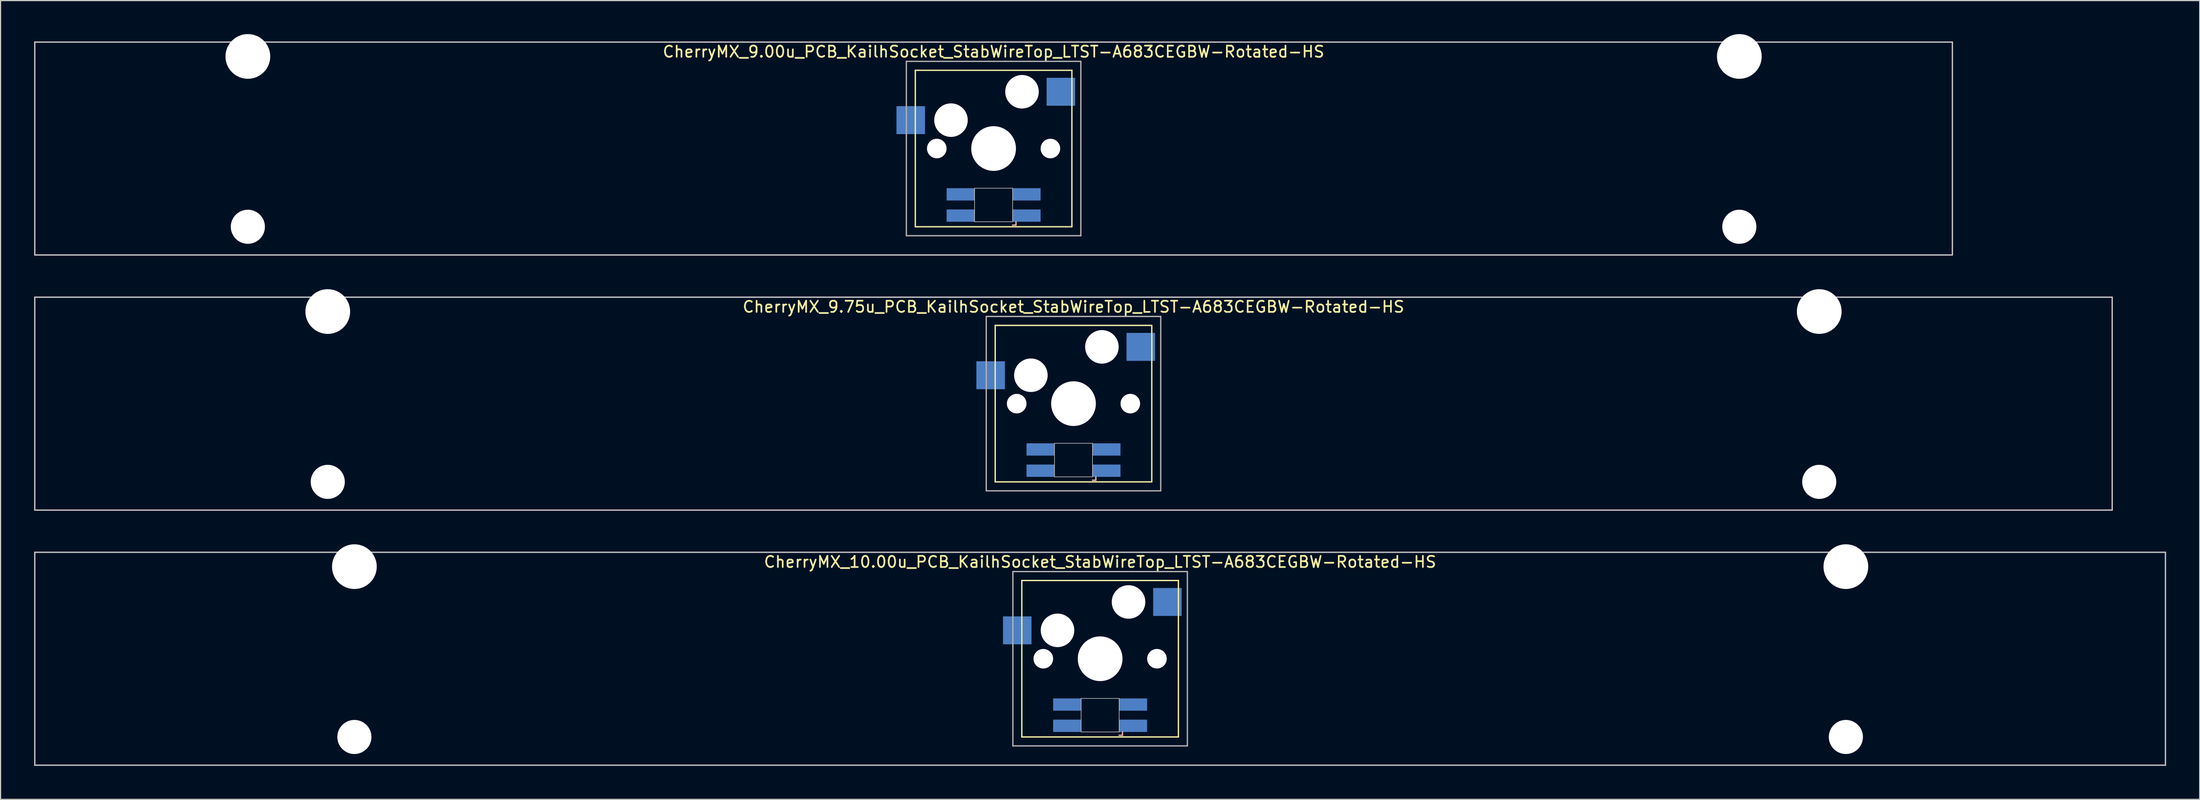
<source format=kicad_pcb>
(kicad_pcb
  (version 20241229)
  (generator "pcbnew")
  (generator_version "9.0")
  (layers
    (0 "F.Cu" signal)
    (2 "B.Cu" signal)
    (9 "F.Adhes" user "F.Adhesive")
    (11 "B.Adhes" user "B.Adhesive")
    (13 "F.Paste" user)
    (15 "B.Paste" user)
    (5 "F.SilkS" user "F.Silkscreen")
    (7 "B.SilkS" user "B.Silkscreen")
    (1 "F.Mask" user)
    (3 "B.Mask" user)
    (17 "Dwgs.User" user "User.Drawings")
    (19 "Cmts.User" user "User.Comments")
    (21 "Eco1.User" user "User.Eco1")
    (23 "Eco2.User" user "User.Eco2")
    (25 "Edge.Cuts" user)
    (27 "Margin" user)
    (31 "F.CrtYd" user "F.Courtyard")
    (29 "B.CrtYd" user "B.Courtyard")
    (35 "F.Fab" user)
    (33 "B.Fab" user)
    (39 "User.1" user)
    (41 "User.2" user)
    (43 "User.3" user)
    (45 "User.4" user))
  (footprint "CherryMX_10.00u_PCB_KailhSocket_StabWireTop_LTST-A683CEGBW-Rotated-HS"
    (layer "F.Cu")
    (at 95.31 55.89)
    (property "Reference" "CherryMX_10.00u_PCB_KailhSocket_StabWireTop_LTST-A683CEGBW-Rotated-HS" (at 0 -8.662 0) (layer "F.SilkS") (effects (font (size 1 1) (thickness 0.15))))
    (attr through_hole)
    (fp_line (start -7 -7) (end -7 7) (stroke (width 0.12) (type solid)) (layer "F.SilkS"))
    (fp_line (start -7 -7) (end 7 -7) (stroke (width 0.12) (type solid)) (layer "F.SilkS"))
    (fp_line (start 7 -7) (end 7 7) (stroke (width 0.12) (type solid)) (layer "F.SilkS"))
    (fp_line (start 7 7) (end -7 7) (stroke (width 0.12) (type solid)) (layer "F.SilkS"))
    (fp_line (start 1.7 6.85) (end 2 6.85) (stroke (width 0.12) (type solid)) (layer "B.SilkS"))
    (fp_line (start 2 6.85) (end 2 6.55) (stroke (width 0.12) (type solid)) (layer "B.SilkS"))
    (fp_line (start -95.25 -9.525) (end 95.25 -9.525) (stroke (width 0.12) (type solid)) (layer "Dwgs.User"))
    (fp_line (start -95.25 9.525) (end -95.25 -9.525) (stroke (width 0.12) (type solid)) (layer "Dwgs.User"))
    (fp_line (start 95.25 -9.525) (end 95.25 9.525) (stroke (width 0.12) (type solid)) (layer "Dwgs.User"))
    (fp_line (start 95.25 9.525) (end -95.25 9.525) (stroke (width 0.12) (type solid)) (layer "Dwgs.User"))
    (fp_line (start -1.7 3.55) (end 1.7 3.55) (stroke (width 0.05) (type solid)) (layer "Edge.Cuts"))
    (fp_line (start -1.7 6.55) (end -1.7 3.55) (stroke (width 0.05) (type solid)) (layer "Edge.Cuts"))
    (fp_line (start 1.7 3.55) (end 1.7 6.55) (stroke (width 0.05) (type solid)) (layer "Edge.Cuts"))
    (fp_line (start 1.7 6.55) (end -1.7 6.55) (stroke (width 0.05) (type solid)) (layer "Edge.Cuts"))
    (fp_line (start -7.8 -7.8) (end -7.8 7.8) (stroke (width 0.12) (type solid)) (layer "F.Fab"))
    (fp_line (start -7.8 -7.8) (end 7.8 -7.8) (stroke (width 0.12) (type solid)) (layer "F.Fab"))
    (fp_line (start -7.8 7.8) (end 7.8 7.8) (stroke (width 0.12) (type solid)) (layer "F.Fab"))
    (fp_line (start 7.8 -7.8) (end 7.8 7.8) (stroke (width 0.12) (type solid)) (layer "F.Fab"))
    (pad "" np_thru_hole circle (at -66.675 -8.24) (size 4 4) (drill 4) (layers "*.Cu" "*.Mask"))
    (pad "" np_thru_hole circle (at -66.675 7) (size 3.05 3.05) (drill 3.05) (layers "*.Cu" "*.Mask"))
    (pad "" np_thru_hole circle (at -5.08 0) (size 1.75 1.75) (drill 1.75) (layers "*.Cu" "*.Mask"))
    (pad "" np_thru_hole circle (at -3.81 -2.54) (size 3 3) (drill 3) (layers "*.Cu" "*.Mask"))
    (pad "" np_thru_hole circle (at 0 0) (size 4 4) (drill 4) (layers "*.Cu" "*.Mask"))
    (pad "" np_thru_hole circle (at 2.54 -5.08) (size 3 3) (drill 3) (layers "*.Cu" "*.Mask"))
    (pad "" np_thru_hole circle (at 5.08 0) (size 1.75 1.75) (drill 1.75) (layers "*.Cu" "*.Mask"))
    (pad "" np_thru_hole circle (at 66.675 -8.24) (size 4 4) (drill 4) (layers "*.Cu" "*.Mask"))
    (pad "" np_thru_hole circle (at 66.675 7) (size 3.05 3.05) (drill 3.05) (layers "*.Cu" "*.Mask"))
    (pad "1" smd rect (at -7.41 -2.54) (size 2.55 2.5) (layers "B.Cu" "B.Mask" "B.Paste"))
    (pad "2" smd rect (at 6.015 -5.08) (size 2.55 2.5) (layers "B.Cu" "B.Mask" "B.Paste"))
    (pad "3" smd rect (at 2.95 6) (size 2.5 1.1) (layers "B.Cu" "B.Mask" "B.Paste"))
    (pad "4" smd rect (at 2.95 4.1) (size 2.5 1.1) (layers "B.Cu" "B.Mask" "B.Paste"))
    (pad "5" smd rect (at -2.95 6) (size 2.5 1.1) (layers "B.Cu" "B.Mask" "B.Paste"))
    (pad "6" smd rect (at -2.95 4.1) (size 2.5 1.1) (layers "B.Cu" "B.Mask" "B.Paste")))
  (footprint "CherryMX_9.00u_PCB_KailhSocket_StabWireTop_LTST-A683CEGBW-Rotated-HS"
    (layer "F.Cu")
    (at 85.785 10.24)
    (property "Reference" "CherryMX_9.00u_PCB_KailhSocket_StabWireTop_LTST-A683CEGBW-Rotated-HS" (at 0 -8.662 0) (layer "F.SilkS") (effects (font (size 1 1) (thickness 0.15))))
    (attr through_hole)
    (fp_line (start -7 -7) (end -7 7) (stroke (width 0.12) (type solid)) (layer "F.SilkS"))
    (fp_line (start -7 -7) (end 7 -7) (stroke (width 0.12) (type solid)) (layer "F.SilkS"))
    (fp_line (start 7 -7) (end 7 7) (stroke (width 0.12) (type solid)) (layer "F.SilkS"))
    (fp_line (start 7 7) (end -7 7) (stroke (width 0.12) (type solid)) (layer "F.SilkS"))
    (fp_line (start 1.7 6.85) (end 2 6.85) (stroke (width 0.12) (type solid)) (layer "B.SilkS"))
    (fp_line (start 2 6.85) (end 2 6.55) (stroke (width 0.12) (type solid)) (layer "B.SilkS"))
    (fp_line (start -85.725 -9.525) (end 85.725 -9.525) (stroke (width 0.12) (type solid)) (layer "Dwgs.User"))
    (fp_line (start -85.725 9.525) (end -85.725 -9.525) (stroke (width 0.12) (type solid)) (layer "Dwgs.User"))
    (fp_line (start 85.725 -9.525) (end 85.725 9.525) (stroke (width 0.12) (type solid)) (layer "Dwgs.User"))
    (fp_line (start 85.725 9.525) (end -85.725 9.525) (stroke (width 0.12) (type solid)) (layer "Dwgs.User"))
    (fp_line (start -1.7 3.55) (end 1.7 3.55) (stroke (width 0.05) (type solid)) (layer "Edge.Cuts"))
    (fp_line (start -1.7 6.55) (end -1.7 3.55) (stroke (width 0.05) (type solid)) (layer "Edge.Cuts"))
    (fp_line (start 1.7 3.55) (end 1.7 6.55) (stroke (width 0.05) (type solid)) (layer "Edge.Cuts"))
    (fp_line (start 1.7 6.55) (end -1.7 6.55) (stroke (width 0.05) (type solid)) (layer "Edge.Cuts"))
    (fp_line (start -7.8 -7.8) (end -7.8 7.8) (stroke (width 0.12) (type solid)) (layer "F.Fab"))
    (fp_line (start -7.8 -7.8) (end 7.8 -7.8) (stroke (width 0.12) (type solid)) (layer "F.Fab"))
    (fp_line (start -7.8 7.8) (end 7.8 7.8) (stroke (width 0.12) (type solid)) (layer "F.Fab"))
    (fp_line (start 7.8 -7.8) (end 7.8 7.8) (stroke (width 0.12) (type solid)) (layer "F.Fab"))
    (pad "" np_thru_hole circle (at -66.675 -8.24) (size 4 4) (drill 4) (layers "*.Cu" "*.Mask"))
    (pad "" np_thru_hole circle (at -66.675 7) (size 3.05 3.05) (drill 3.05) (layers "*.Cu" "*.Mask"))
    (pad "" np_thru_hole circle (at -5.08 0) (size 1.75 1.75) (drill 1.75) (layers "*.Cu" "*.Mask"))
    (pad "" np_thru_hole circle (at -3.81 -2.54) (size 3 3) (drill 3) (layers "*.Cu" "*.Mask"))
    (pad "" np_thru_hole circle (at 0 0) (size 4 4) (drill 4) (layers "*.Cu" "*.Mask"))
    (pad "" np_thru_hole circle (at 2.54 -5.08) (size 3 3) (drill 3) (layers "*.Cu" "*.Mask"))
    (pad "" np_thru_hole circle (at 5.08 0) (size 1.75 1.75) (drill 1.75) (layers "*.Cu" "*.Mask"))
    (pad "" np_thru_hole circle (at 66.675 -8.24) (size 4 4) (drill 4) (layers "*.Cu" "*.Mask"))
    (pad "" np_thru_hole circle (at 66.675 7) (size 3.05 3.05) (drill 3.05) (layers "*.Cu" "*.Mask"))
    (pad "1" smd rect (at -7.41 -2.54) (size 2.55 2.5) (layers "B.Cu" "B.Mask" "B.Paste"))
    (pad "2" smd rect (at 6.015 -5.08) (size 2.55 2.5) (layers "B.Cu" "B.Mask" "B.Paste"))
    (pad "3" smd rect (at 2.95 6) (size 2.5 1.1) (layers "B.Cu" "B.Mask" "B.Paste"))
    (pad "4" smd rect (at 2.95 4.1) (size 2.5 1.1) (layers "B.Cu" "B.Mask" "B.Paste"))
    (pad "5" smd rect (at -2.95 6) (size 2.5 1.1) (layers "B.Cu" "B.Mask" "B.Paste"))
    (pad "6" smd rect (at -2.95 4.1) (size 2.5 1.1) (layers "B.Cu" "B.Mask" "B.Paste")))
  (footprint "CherryMX_9.75u_PCB_KailhSocket_StabWireTop_LTST-A683CEGBW-Rotated-HS"
    (layer "F.Cu")
    (at 92.929 33.065)
    (property "Reference" "CherryMX_9.75u_PCB_KailhSocket_StabWireTop_LTST-A683CEGBW-Rotated-HS" (at 0 -8.662 0) (layer "F.SilkS") (effects (font (size 1 1) (thickness 0.15))))
    (attr through_hole)
    (fp_line (start -7 -7) (end -7 7) (stroke (width 0.12) (type solid)) (layer "F.SilkS"))
    (fp_line (start -7 -7) (end 7 -7) (stroke (width 0.12) (type solid)) (layer "F.SilkS"))
    (fp_line (start 7 -7) (end 7 7) (stroke (width 0.12) (type solid)) (layer "F.SilkS"))
    (fp_line (start 7 7) (end -7 7) (stroke (width 0.12) (type solid)) (layer "F.SilkS"))
    (fp_line (start 1.7 6.85) (end 2 6.85) (stroke (width 0.12) (type solid)) (layer "B.SilkS"))
    (fp_line (start 2 6.85) (end 2 6.55) (stroke (width 0.12) (type solid)) (layer "B.SilkS"))
    (fp_line (start -92.869 -9.525) (end 92.869 -9.525) (stroke (width 0.12) (type solid)) (layer "Dwgs.User"))
    (fp_line (start -92.869 9.525) (end -92.869 -9.525) (stroke (width 0.12) (type solid)) (layer "Dwgs.User"))
    (fp_line (start 92.869 -9.525) (end 92.869 9.525) (stroke (width 0.12) (type solid)) (layer "Dwgs.User"))
    (fp_line (start 92.869 9.525) (end -92.869 9.525) (stroke (width 0.12) (type solid)) (layer "Dwgs.User"))
    (fp_line (start -1.7 3.55) (end 1.7 3.55) (stroke (width 0.05) (type solid)) (layer "Edge.Cuts"))
    (fp_line (start -1.7 6.55) (end -1.7 3.55) (stroke (width 0.05) (type solid)) (layer "Edge.Cuts"))
    (fp_line (start 1.7 3.55) (end 1.7 6.55) (stroke (width 0.05) (type solid)) (layer "Edge.Cuts"))
    (fp_line (start 1.7 6.55) (end -1.7 6.55) (stroke (width 0.05) (type solid)) (layer "Edge.Cuts"))
    (fp_line (start -7.8 -7.8) (end -7.8 7.8) (stroke (width 0.12) (type solid)) (layer "F.Fab"))
    (fp_line (start -7.8 -7.8) (end 7.8 -7.8) (stroke (width 0.12) (type solid)) (layer "F.Fab"))
    (fp_line (start -7.8 7.8) (end 7.8 7.8) (stroke (width 0.12) (type solid)) (layer "F.Fab"))
    (fp_line (start 7.8 -7.8) (end 7.8 7.8) (stroke (width 0.12) (type solid)) (layer "F.Fab"))
    (pad "" np_thru_hole circle (at -66.675 -8.24) (size 4 4) (drill 4) (layers "*.Cu" "*.Mask"))
    (pad "" np_thru_hole circle (at -66.675 7) (size 3.05 3.05) (drill 3.05) (layers "*.Cu" "*.Mask"))
    (pad "" np_thru_hole circle (at -5.08 0) (size 1.75 1.75) (drill 1.75) (layers "*.Cu" "*.Mask"))
    (pad "" np_thru_hole circle (at -3.81 -2.54) (size 3 3) (drill 3) (layers "*.Cu" "*.Mask"))
    (pad "" np_thru_hole circle (at 0 0) (size 4 4) (drill 4) (layers "*.Cu" "*.Mask"))
    (pad "" np_thru_hole circle (at 2.54 -5.08) (size 3 3) (drill 3) (layers "*.Cu" "*.Mask"))
    (pad "" np_thru_hole circle (at 5.08 0) (size 1.75 1.75) (drill 1.75) (layers "*.Cu" "*.Mask"))
    (pad "" np_thru_hole circle (at 66.675 -8.24) (size 4 4) (drill 4) (layers "*.Cu" "*.Mask"))
    (pad "" np_thru_hole circle (at 66.675 7) (size 3.05 3.05) (drill 3.05) (layers "*.Cu" "*.Mask"))
    (pad "1" smd rect (at -7.41 -2.54) (size 2.55 2.5) (layers "B.Cu" "B.Mask" "B.Paste"))
    (pad "2" smd rect (at 6.015 -5.08) (size 2.55 2.5) (layers "B.Cu" "B.Mask" "B.Paste"))
    (pad "3" smd rect (at 2.95 6) (size 2.5 1.1) (layers "B.Cu" "B.Mask" "B.Paste"))
    (pad "4" smd rect (at 2.95 4.1) (size 2.5 1.1) (layers "B.Cu" "B.Mask" "B.Paste"))
    (pad "5" smd rect (at -2.95 6) (size 2.5 1.1) (layers "B.Cu" "B.Mask" "B.Paste"))
    (pad "6" smd rect (at -2.95 4.1) (size 2.5 1.1) (layers "B.Cu" "B.Mask" "B.Paste")))
  (gr_rect
    (start -3 -3)
    (end 193.62 68.475)
    (stroke (width 0.1) (type default))
    (fill no)
    (layer "Edge.Cuts")))
</source>
